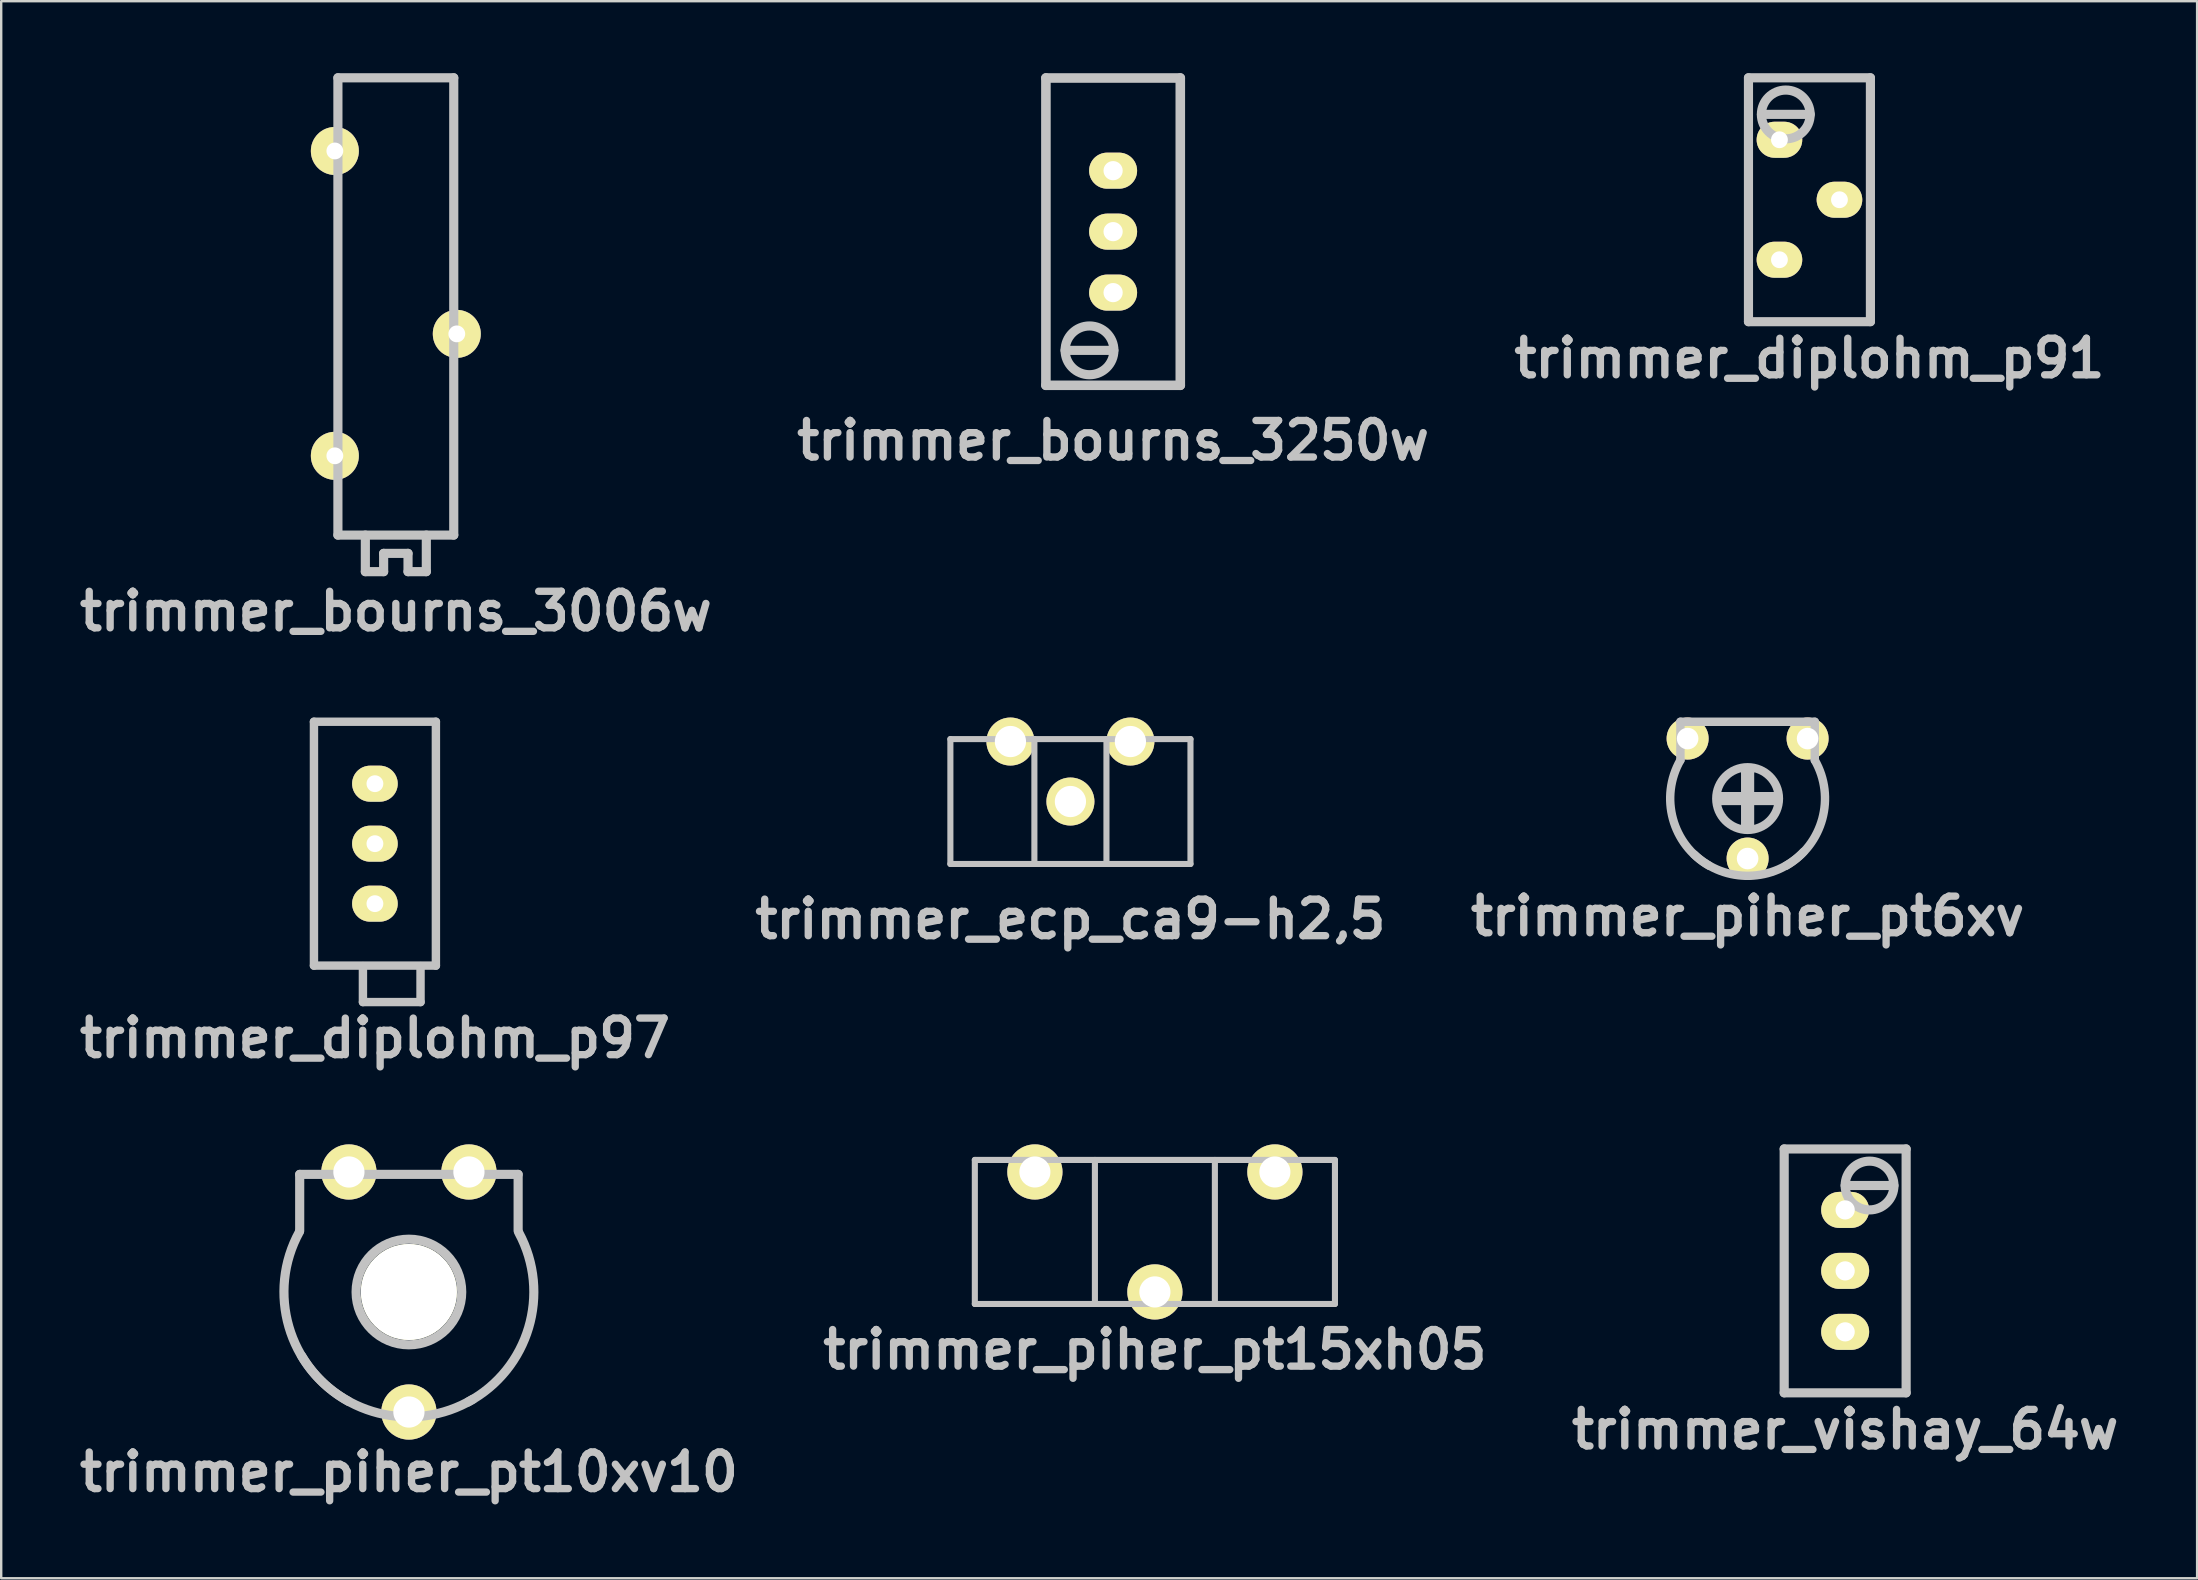
<source format=kicad_pcb>
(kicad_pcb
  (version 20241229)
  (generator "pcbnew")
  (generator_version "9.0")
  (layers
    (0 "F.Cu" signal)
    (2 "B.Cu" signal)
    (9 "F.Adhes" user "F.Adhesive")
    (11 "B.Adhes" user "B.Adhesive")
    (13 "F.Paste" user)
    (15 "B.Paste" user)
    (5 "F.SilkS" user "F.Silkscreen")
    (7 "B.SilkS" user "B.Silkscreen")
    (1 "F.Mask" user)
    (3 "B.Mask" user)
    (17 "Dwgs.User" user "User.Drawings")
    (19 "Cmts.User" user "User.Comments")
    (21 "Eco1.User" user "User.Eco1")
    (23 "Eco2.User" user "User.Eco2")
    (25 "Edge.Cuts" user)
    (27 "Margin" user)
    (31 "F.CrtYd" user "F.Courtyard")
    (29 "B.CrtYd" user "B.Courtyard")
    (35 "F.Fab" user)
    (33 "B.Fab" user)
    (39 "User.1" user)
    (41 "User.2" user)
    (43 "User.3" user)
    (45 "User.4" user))
  (footprint "trimmer_piher_pt10xv10"
    (layer "F.Cu")
    (at 13.985 50.774)
    (property "Reference" "trimmer_piher_pt10xv10" (at 0 7.5 0) (layer "Dwgs.User") (effects (font (size 1.524 1.524) (thickness 0.305))))
    (attr through_hole)
    (fp_line (start -4.55 -4.9) (end -4.55 -2.55) (stroke (width 0.381) (type solid)) (layer "Dwgs.User"))
    (fp_line (start 4.55 -4.9) (end -4.55 -4.9) (stroke (width 0.381) (type solid)) (layer "Dwgs.User"))
    (fp_line (start 4.55 -2.55) (end 4.55 -4.9) (stroke (width 0.381) (type solid)) (layer "Dwgs.User"))
    (fp_arc (start -2.51 4.56) (mid -4.999245 1.449569) (end -4.56 -2.51) (stroke (width 0.381) (type solid)) (layer "Dwgs.User"))
    (fp_arc (start 2.66 4.47) (mid -1.279863 5.041671) (end -4.47 2.66) (stroke (width 0.381) (type solid)) (layer "Dwgs.User"))
    (fp_arc (start 4.58 -2.47) (mid 4.985103 1.491995) (end 2.47 4.58) (stroke (width 0.381) (type solid)) (layer "Dwgs.User"))
    (fp_circle (center 0 0) (end 2.2 0) (stroke (width 0.381) (type solid)) (fill no) (layer "Dwgs.User"))
    (pad "" np_thru_hole circle (at 0 0) (size 4 4) (drill 4) (layers "*.Cu" "*.Mask" "F.SilkS"))
    (pad "1" thru_hole circle (at 2.5 -5) (size 2.3 2.3) (drill 1.3) (layers "*.Cu" "*.Mask" "F.SilkS"))
    (pad "2" thru_hole circle (at 0 5) (size 2.3 2.3) (drill 1.3) (layers "*.Cu" "*.Mask" "F.SilkS"))
    (pad "3" thru_hole circle (at -2.5 -5) (size 2.3 2.3) (drill 1.3) (layers "*.Cu" "*.Mask" "F.SilkS")))
  (footprint "trimmer_bourns_3006w"
    (layer "F.Cu")
    (at 13.44 9.716)
    (property "Reference" "trimmer_bourns_3006w" (at 0 12.7 0) (layer "Dwgs.User") (effects (font (size 1.524 1.524) (thickness 0.305))))
    (attr through_hole)
    (fp_line (start -2.413 9.525) (end -2.413 -9.525) (stroke (width 0.381) (type solid)) (layer "Dwgs.User"))
    (fp_line (start -1.27 9.525) (end -1.27 11.049) (stroke (width 0.381) (type solid)) (layer "Dwgs.User"))
    (fp_line (start -0.508 10.287) (end 0.508 10.287) (stroke (width 0.381) (type solid)) (layer "Dwgs.User"))
    (fp_line (start -0.508 11.049) (end -1.27 11.049) (stroke (width 0.381) (type solid)) (layer "Dwgs.User"))
    (fp_line (start -0.508 11.049) (end -0.508 10.287) (stroke (width 0.381) (type solid)) (layer "Dwgs.User"))
    (fp_line (start 0.508 10.287) (end 0.508 11.049) (stroke (width 0.381) (type solid)) (layer "Dwgs.User"))
    (fp_line (start 0.508 11.049) (end 1.27 11.049) (stroke (width 0.381) (type solid)) (layer "Dwgs.User"))
    (fp_line (start 1.27 11.049) (end 1.27 9.525) (stroke (width 0.381) (type solid)) (layer "Dwgs.User"))
    (fp_line (start 2.413 -9.525) (end -2.413 -9.525) (stroke (width 0.381) (type solid)) (layer "Dwgs.User"))
    (fp_line (start 2.413 -9.525) (end 2.413 9.525) (stroke (width 0.381) (type solid)) (layer "Dwgs.User"))
    (fp_line (start 2.413 9.525) (end -2.413 9.525) (stroke (width 0.381) (type solid)) (layer "Dwgs.User"))
    (pad "1" thru_hole oval (at -2.54 -6.477) (size 1.999 1.999) (drill 0.701) (layers "*.Cu" "*.Mask" "F.SilkS"))
    (pad "2" thru_hole oval (at 2.54 1.143) (size 1.999 1.999) (drill 0.701) (layers "*.Cu" "*.Mask" "F.SilkS"))
    (pad "3" thru_hole oval (at -2.54 6.223) (size 1.999 1.999) (drill 0.701) (layers "*.Cu" "*.Mask" "F.SilkS")))
  (footprint "trimmer_diplohm_p97"
    (layer "F.Cu")
    (at 12.569 32.097)
    (property "Reference" "trimmer_diplohm_p97" (at 0 8.1 0) (layer "Dwgs.User") (effects (font (size 1.524 1.524) (thickness 0.305))))
    (attr through_hole)
    (fp_line (start -2.54 5.08) (end -2.54 -5.08) (stroke (width 0.351) (type solid)) (layer "Dwgs.User"))
    (fp_line (start -0.5 5.1) (end -0.5 6.599) (stroke (width 0.351) (type solid)) (layer "Dwgs.User"))
    (fp_line (start -0.498 6.599) (end 1.9 6.599) (stroke (width 0.351) (type solid)) (layer "Dwgs.User"))
    (fp_line (start 1.9 6.599) (end 1.9 5.1) (stroke (width 0.351) (type solid)) (layer "Dwgs.User"))
    (fp_line (start 2.54 -5.08) (end -2.54 -5.08) (stroke (width 0.351) (type solid)) (layer "Dwgs.User"))
    (fp_line (start 2.54 -5.08) (end 2.54 5.08) (stroke (width 0.351) (type solid)) (layer "Dwgs.User"))
    (fp_line (start 2.54 5.08) (end -2.54 5.08) (stroke (width 0.351) (type solid)) (layer "Dwgs.User"))
    (pad "1" thru_hole oval (at 0 -2.499) (size 1.9 1.501) (drill 0.701) (layers "*.Cu" "*.Mask" "F.SilkS"))
    (pad "2" thru_hole oval (at 0 0) (size 1.9 1.501) (drill 0.701) (layers "*.Cu" "*.Mask" "F.SilkS"))
    (pad "3" thru_hole oval (at 0 2.499) (size 1.9 1.501) (drill 0.701) (layers "*.Cu" "*.Mask" "F.SilkS")))
  (footprint "trimmer_ecp_ca9-h2,5"
    (layer "F.Cu")
    (at 41.543 30.341)
    (property "Reference" "trimmer_ecp_ca9-h2,5" (at 0 4.9 0) (layer "Dwgs.User") (effects (font (size 1.524 1.524) (thickness 0.305))))
    (attr through_hole)
    (fp_line (start -5.001 -2.601) (end 5.001 -2.601) (stroke (width 0.254) (type solid)) (layer "Dwgs.User"))
    (fp_line (start -5.001 2.601) (end -5.001 -2.601) (stroke (width 0.254) (type solid)) (layer "Dwgs.User"))
    (fp_line (start -1.501 -2.601) (end -1.501 2.601) (stroke (width 0.254) (type solid)) (layer "Dwgs.User"))
    (fp_line (start 1.501 -2.601) (end 1.501 2.601) (stroke (width 0.254) (type solid)) (layer "Dwgs.User"))
    (fp_line (start 5.001 -2.601) (end 5.001 2.601) (stroke (width 0.254) (type solid)) (layer "Dwgs.User"))
    (fp_line (start 5.001 2.601) (end -5.001 2.601) (stroke (width 0.254) (type solid)) (layer "Dwgs.User"))
    (pad "1" thru_hole circle (at 2.499 -2.499) (size 1.999 1.999) (drill 1.3) (layers "*.Cu" "*.Mask" "F.SilkS"))
    (pad "2" thru_hole circle (at 0 0) (size 1.999 1.999) (drill 1.3) (layers "*.Cu" "*.Mask" "F.SilkS"))
    (pad "3" thru_hole circle (at -2.499 -2.499) (size 1.999 1.999) (drill 1.3) (layers "*.Cu" "*.Mask" "F.SilkS")))
  (footprint "trimmer_piher_pt15xh05"
    (layer "F.Cu")
    (at 45.062 48.272)
    (property "Reference" "trimmer_piher_pt15xh05" (at 0 4.9 0) (layer "Dwgs.User") (effects (font (size 1.524 1.524) (thickness 0.305))))
    (attr through_hole)
    (fp_line (start -7.501 -3) (end 7.501 -3) (stroke (width 0.254) (type solid)) (layer "Dwgs.User"))
    (fp_line (start -7.501 3) (end -7.501 -3) (stroke (width 0.254) (type solid)) (layer "Dwgs.User"))
    (fp_line (start -2.499 -3) (end -2.499 3) (stroke (width 0.254) (type solid)) (layer "Dwgs.User"))
    (fp_line (start 2.499 3) (end 2.499 -3) (stroke (width 0.254) (type solid)) (layer "Dwgs.User"))
    (fp_line (start 7.501 -3) (end 7.501 3) (stroke (width 0.254) (type solid)) (layer "Dwgs.User"))
    (fp_line (start 7.501 3) (end -7.501 3) (stroke (width 0.254) (type solid)) (layer "Dwgs.User"))
    (pad "1" thru_hole circle (at 4.999 -2.499) (size 2.299 2.299) (drill 1.295) (layers "*.Cu" "*.Mask" "F.SilkS"))
    (pad "2" thru_hole circle (at 0 2.499) (size 2.299 2.299) (drill 1.298) (layers "*.Cu" "*.Mask" "F.SilkS"))
    (pad "3" thru_hole circle (at -4.999 -2.499) (size 2.299 2.299) (drill 1.295) (layers "*.Cu" "*.Mask" "F.SilkS")))
  (footprint "trimmer_piher_pt6xv"
    (layer "F.Cu")
    (at 69.754 30.218)
    (property "Reference" "trimmer_piher_pt6xv" (at 0 4.9 0) (layer "Dwgs.User") (effects (font (size 1.524 1.524) (thickness 0.305))))
    (attr through_hole)
    (fp_line (start -2.799 -3.2) (end -2.799 -1.6) (stroke (width 0.351) (type solid)) (layer "Dwgs.User"))
    (fp_line (start -1.1 -0.099) (end -1.1 0.099) (stroke (width 0.351) (type solid)) (layer "Dwgs.User"))
    (fp_line (start -1.1 0.099) (end 1.199 0.099) (stroke (width 0.351) (type solid)) (layer "Dwgs.User"))
    (fp_line (start -0.099 -1.1) (end 0.099 -1.1) (stroke (width 0.351) (type solid)) (layer "Dwgs.User"))
    (fp_line (start -0.099 1.199) (end -0.099 -1.1) (stroke (width 0.351) (type solid)) (layer "Dwgs.User"))
    (fp_line (start 0.099 -1.1) (end 0.099 1.199) (stroke (width 0.351) (type solid)) (layer "Dwgs.User"))
    (fp_line (start 1.199 -0.099) (end -1.1 -0.099) (stroke (width 0.351) (type solid)) (layer "Dwgs.User"))
    (fp_line (start 2.799 -3.2) (end -2.799 -3.2) (stroke (width 0.351) (type solid)) (layer "Dwgs.User"))
    (fp_line (start 2.799 -3.2) (end 2.799 -1.6) (stroke (width 0.351) (type solid)) (layer "Dwgs.User"))
    (fp_arc (start -1.6002 2.79908) (mid -3.110761 0.847736) (end -2.79908 -1.6002) (stroke (width 0.35052) (type solid)) (layer "Dwgs.User"))
    (fp_arc (start 2.32918 2.21996) (mid 0.07723 3.216728) (end -2.21996 2.32918) (stroke (width 0.35052) (type solid)) (layer "Dwgs.User"))
    (fp_arc (start 2.79908 -1.6002) (mid 3.110761 0.847736) (end 1.6002 2.79908) (stroke (width 0.35052) (type solid)) (layer "Dwgs.User"))
    (fp_circle (center 0 0) (end -1.3 0.099) (stroke (width 0.351) (type solid)) (fill no) (layer "Dwgs.User"))
    (pad "1" thru_hole circle (at 2.499 -2.499) (size 1.75 1.75) (drill 0.899) (layers "*.Cu" "*.Mask" "F.SilkS"))
    (pad "2" thru_hole circle (at 0 2.499) (size 1.75 1.75) (drill 0.899) (layers "*.Cu" "*.Mask" "F.SilkS"))
    (pad "3" thru_hole circle (at -2.499 -2.499) (size 1.75 1.75) (drill 0.899) (layers "*.Cu" "*.Mask" "F.SilkS")))
  (footprint "trimmer_diplohm_p91"
    (layer "F.Cu")
    (at 72.33 5.271)
    (property "Reference" "trimmer_diplohm_p91" (at 0 6.604 0) (layer "Dwgs.User") (effects (font (size 1.524 1.524) (thickness 0.305))))
    (attr through_hole)
    (fp_line (start -2.54 5.08) (end -2.54 -5.08) (stroke (width 0.381) (type solid)) (layer "Dwgs.User"))
    (fp_line (start -1.999 -3.556) (end 0.033 -3.556) (stroke (width 0.381) (type solid)) (layer "Dwgs.User"))
    (fp_line (start 2.54 -5.08) (end -2.54 -5.08) (stroke (width 0.381) (type solid)) (layer "Dwgs.User"))
    (fp_line (start 2.54 -5.08) (end 2.54 5.08) (stroke (width 0.381) (type solid)) (layer "Dwgs.User"))
    (fp_line (start 2.54 5.08) (end -2.54 5.08) (stroke (width 0.381) (type solid)) (layer "Dwgs.User"))
    (fp_circle (center -0.986 -3.553) (end 0.03 -3.553) (stroke (width 0.381) (type solid)) (fill no) (layer "Dwgs.User"))
    (pad "1" thru_hole oval (at -1.25 -2.499) (size 1.9 1.501) (drill 0.701) (layers "*.Cu" "*.Mask" "F.SilkS"))
    (pad "2" thru_hole oval (at 1.25 0) (size 1.9 1.501) (drill 0.701) (layers "*.Cu" "*.Mask" "F.SilkS"))
    (pad "3" thru_hole oval (at -1.25 2.499) (size 1.9 1.501) (drill 0.701) (layers "*.Cu" "*.Mask" "F.SilkS")))
  (footprint "trimmer_vishay_64w"
    (layer "F.Cu")
    (at 73.818 49.894)
    (property "Reference" "trimmer_vishay_64w" (at 0 6.604 0) (layer "Dwgs.User") (effects (font (size 1.524 1.524) (thickness 0.305))))
    (attr through_hole)
    (fp_line (start -2.54 5.08) (end -2.54 -5.08) (stroke (width 0.381) (type solid)) (layer "Dwgs.User"))
    (fp_line (start 0 -3.556) (end 2.032 -3.556) (stroke (width 0.381) (type solid)) (layer "Dwgs.User"))
    (fp_line (start 2.54 -5.08) (end -2.54 -5.08) (stroke (width 0.381) (type solid)) (layer "Dwgs.User"))
    (fp_line (start 2.54 -5.08) (end 2.54 5.08) (stroke (width 0.381) (type solid)) (layer "Dwgs.User"))
    (fp_line (start 2.54 5.08) (end -2.54 5.08) (stroke (width 0.381) (type solid)) (layer "Dwgs.User"))
    (fp_circle (center 1.016 -3.556) (end 2.032 -3.556) (stroke (width 0.381) (type solid)) (fill no) (layer "Dwgs.User"))
    (pad "1" thru_hole oval (at 0 -2.54) (size 1.999 1.501) (drill 0.8) (layers "*.Cu" "*.Mask" "F.SilkS"))
    (pad "2" thru_hole oval (at 0 0) (size 1.999 1.501) (drill 0.8) (layers "*.Cu" "*.Mask" "F.SilkS"))
    (pad "3" thru_hole oval (at 0 2.54) (size 1.999 1.501) (drill 0.8) (layers "*.Cu" "*.Mask" "F.SilkS")))
  (footprint "trimmer_bourns_3250w"
    (layer "F.Cu")
    (at 43.321 6.6)
    (property "Reference" "trimmer_bourns_3250w" (at 0 8.7 0) (layer "Dwgs.User") (effects (font (size 1.524 1.524) (thickness 0.305))))
    (attr through_hole)
    (fp_line (start -2.799 -6.401) (end -2.799 6.401) (stroke (width 0.399) (type solid)) (layer "Dwgs.User"))
    (fp_line (start -2.799 6.401) (end 2.799 6.401) (stroke (width 0.399) (type solid)) (layer "Dwgs.User"))
    (fp_line (start -2.002 4.945) (end 0.03 4.945) (stroke (width 0.381) (type solid)) (layer "Dwgs.User"))
    (fp_line (start 2.799 -6.401) (end -2.799 -6.401) (stroke (width 0.399) (type solid)) (layer "Dwgs.User"))
    (fp_line (start 2.799 6.401) (end 2.799 -6.401) (stroke (width 0.399) (type solid)) (layer "Dwgs.User"))
    (fp_circle (center -0.983 4.945) (end 0.033 4.945) (stroke (width 0.381) (type solid)) (fill no) (layer "Dwgs.User"))
    (pad "1" thru_hole oval (at 0 2.54) (size 1.999 1.501) (drill 0.8) (layers "*.Cu" "*.Mask" "F.SilkS"))
    (pad "2" thru_hole oval (at 0 0) (size 1.999 1.501) (drill 0.8) (layers "*.Cu" "*.Mask" "F.SilkS"))
    (pad "3" thru_hole oval (at 0 -2.54) (size 1.999 1.501) (drill 0.8) (layers "*.Cu" "*.Mask" "F.SilkS")))
  (gr_rect
    (start -3 -3)
    (end 88.48 62.7)
    (stroke (width 0.1) (type default))
    (fill no)
    (layer "Edge.Cuts")))
</source>
